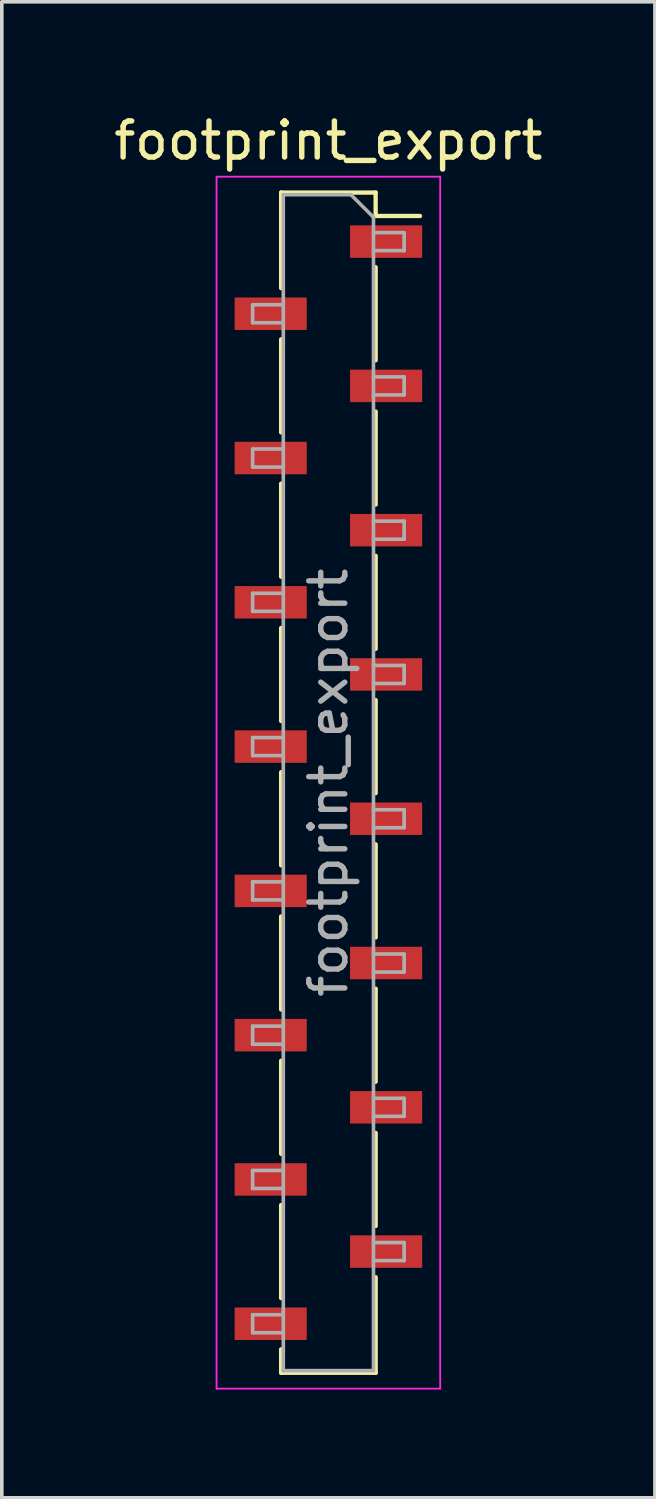
<source format=kicad_pcb>
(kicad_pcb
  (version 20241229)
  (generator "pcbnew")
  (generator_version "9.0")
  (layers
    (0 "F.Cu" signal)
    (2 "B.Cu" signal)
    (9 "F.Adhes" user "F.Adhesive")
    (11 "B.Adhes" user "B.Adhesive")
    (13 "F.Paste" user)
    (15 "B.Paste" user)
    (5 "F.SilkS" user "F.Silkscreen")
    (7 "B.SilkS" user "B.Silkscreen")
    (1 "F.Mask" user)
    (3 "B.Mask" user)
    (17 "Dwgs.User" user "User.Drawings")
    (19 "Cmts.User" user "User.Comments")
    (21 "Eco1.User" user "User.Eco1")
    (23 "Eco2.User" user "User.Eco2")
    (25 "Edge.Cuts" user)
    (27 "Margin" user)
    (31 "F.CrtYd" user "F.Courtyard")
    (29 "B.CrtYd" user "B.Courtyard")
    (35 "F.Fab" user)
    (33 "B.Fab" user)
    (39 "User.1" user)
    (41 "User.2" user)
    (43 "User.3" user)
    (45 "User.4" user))
  (footprint "footprint_export"
    (layer "F.Cu")
    (at 6.054 18.648)
    (property "Reference" "footprint_export" (at 0 -17.8 0) (layer "F.SilkS") (effects (font (size 1 1) (thickness 0.15))))
    (attr smd)
    (fp_line (start -1.31 -16.36) (end -1.31 -13.71) (stroke (width 0.12) (type solid)) (layer "F.SilkS"))
    (fp_line (start -1.31 -16.36) (end 1.31 -16.36) (stroke (width 0.12) (type solid)) (layer "F.SilkS"))
    (fp_line (start -1.31 -12.29) (end -1.31 -9.71) (stroke (width 0.12) (type solid)) (layer "F.SilkS"))
    (fp_line (start -1.31 -8.29) (end -1.31 -5.71) (stroke (width 0.12) (type solid)) (layer "F.SilkS"))
    (fp_line (start -1.31 -4.29) (end -1.31 -1.71) (stroke (width 0.12) (type solid)) (layer "F.SilkS"))
    (fp_line (start -1.31 -0.29) (end -1.31 2.29) (stroke (width 0.12) (type solid)) (layer "F.SilkS"))
    (fp_line (start -1.31 3.71) (end -1.31 6.29) (stroke (width 0.12) (type solid)) (layer "F.SilkS"))
    (fp_line (start -1.31 7.71) (end -1.31 10.29) (stroke (width 0.12) (type solid)) (layer "F.SilkS"))
    (fp_line (start -1.31 11.71) (end -1.31 14.29) (stroke (width 0.12) (type solid)) (layer "F.SilkS"))
    (fp_line (start -1.31 15.71) (end -1.31 16.36) (stroke (width 0.12) (type solid)) (layer "F.SilkS"))
    (fp_line (start -1.31 16.36) (end 1.31 16.36) (stroke (width 0.12) (type solid)) (layer "F.SilkS"))
    (fp_line (start 1.31 -16.36) (end 1.31 -15.71) (stroke (width 0.12) (type solid)) (layer "F.SilkS"))
    (fp_line (start 1.31 -15.71) (end 2.54 -15.71) (stroke (width 0.12) (type solid)) (layer "F.SilkS"))
    (fp_line (start 1.31 -14.29) (end 1.31 -11.71) (stroke (width 0.12) (type solid)) (layer "F.SilkS"))
    (fp_line (start 1.31 -10.29) (end 1.31 -7.71) (stroke (width 0.12) (type solid)) (layer "F.SilkS"))
    (fp_line (start 1.31 -6.29) (end 1.31 -3.71) (stroke (width 0.12) (type solid)) (layer "F.SilkS"))
    (fp_line (start 1.31 -2.29) (end 1.31 0.29) (stroke (width 0.12) (type solid)) (layer "F.SilkS"))
    (fp_line (start 1.31 1.71) (end 1.31 4.29) (stroke (width 0.12) (type solid)) (layer "F.SilkS"))
    (fp_line (start 1.31 5.71) (end 1.31 8.29) (stroke (width 0.12) (type solid)) (layer "F.SilkS"))
    (fp_line (start 1.31 9.71) (end 1.31 12.29) (stroke (width 0.12) (type solid)) (layer "F.SilkS"))
    (fp_line (start 1.31 13.71) (end 1.31 16.36) (stroke (width 0.12) (type solid)) (layer "F.SilkS"))
    (fp_line (start -3.1 -16.8) (end 3.1 -16.8) (stroke (width 0.05) (type solid)) (layer "F.CrtYd"))
    (fp_line (start -3.1 16.8) (end -3.1 -16.8) (stroke (width 0.05) (type solid)) (layer "F.CrtYd"))
    (fp_line (start 3.1 -16.8) (end 3.1 16.8) (stroke (width 0.05) (type solid)) (layer "F.CrtYd"))
    (fp_line (start 3.1 16.8) (end -3.1 16.8) (stroke (width 0.05) (type solid)) (layer "F.CrtYd"))
    (fp_line (start -2.1 -13.25) (end -1.25 -13.25) (stroke (width 0.1) (type solid)) (layer "F.Fab"))
    (fp_line (start -2.1 -12.75) (end -2.1 -13.25) (stroke (width 0.1) (type solid)) (layer "F.Fab"))
    (fp_line (start -2.1 -9.25) (end -1.25 -9.25) (stroke (width 0.1) (type solid)) (layer "F.Fab"))
    (fp_line (start -2.1 -8.75) (end -2.1 -9.25) (stroke (width 0.1) (type solid)) (layer "F.Fab"))
    (fp_line (start -2.1 -5.25) (end -1.25 -5.25) (stroke (width 0.1) (type solid)) (layer "F.Fab"))
    (fp_line (start -2.1 -4.75) (end -2.1 -5.25) (stroke (width 0.1) (type solid)) (layer "F.Fab"))
    (fp_line (start -2.1 -1.25) (end -1.25 -1.25) (stroke (width 0.1) (type solid)) (layer "F.Fab"))
    (fp_line (start -2.1 -0.75) (end -2.1 -1.25) (stroke (width 0.1) (type solid)) (layer "F.Fab"))
    (fp_line (start -2.1 2.75) (end -1.25 2.75) (stroke (width 0.1) (type solid)) (layer "F.Fab"))
    (fp_line (start -2.1 3.25) (end -2.1 2.75) (stroke (width 0.1) (type solid)) (layer "F.Fab"))
    (fp_line (start -2.1 6.75) (end -1.25 6.75) (stroke (width 0.1) (type solid)) (layer "F.Fab"))
    (fp_line (start -2.1 7.25) (end -2.1 6.75) (stroke (width 0.1) (type solid)) (layer "F.Fab"))
    (fp_line (start -2.1 10.75) (end -1.25 10.75) (stroke (width 0.1) (type solid)) (layer "F.Fab"))
    (fp_line (start -2.1 11.25) (end -2.1 10.75) (stroke (width 0.1) (type solid)) (layer "F.Fab"))
    (fp_line (start -2.1 14.75) (end -1.25 14.75) (stroke (width 0.1) (type solid)) (layer "F.Fab"))
    (fp_line (start -2.1 15.25) (end -2.1 14.75) (stroke (width 0.1) (type solid)) (layer "F.Fab"))
    (fp_line (start -1.25 -16.3) (end 0.625 -16.3) (stroke (width 0.1) (type solid)) (layer "F.Fab"))
    (fp_line (start -1.25 -12.75) (end -2.1 -12.75) (stroke (width 0.1) (type solid)) (layer "F.Fab"))
    (fp_line (start -1.25 -8.75) (end -2.1 -8.75) (stroke (width 0.1) (type solid)) (layer "F.Fab"))
    (fp_line (start -1.25 -4.75) (end -2.1 -4.75) (stroke (width 0.1) (type solid)) (layer "F.Fab"))
    (fp_line (start -1.25 -0.75) (end -2.1 -0.75) (stroke (width 0.1) (type solid)) (layer "F.Fab"))
    (fp_line (start -1.25 3.25) (end -2.1 3.25) (stroke (width 0.1) (type solid)) (layer "F.Fab"))
    (fp_line (start -1.25 7.25) (end -2.1 7.25) (stroke (width 0.1) (type solid)) (layer "F.Fab"))
    (fp_line (start -1.25 11.25) (end -2.1 11.25) (stroke (width 0.1) (type solid)) (layer "F.Fab"))
    (fp_line (start -1.25 15.25) (end -2.1 15.25) (stroke (width 0.1) (type solid)) (layer "F.Fab"))
    (fp_line (start -1.25 16.3) (end -1.25 -16.3) (stroke (width 0.1) (type solid)) (layer "F.Fab"))
    (fp_line (start 0.625 -16.3) (end 1.25 -15.675) (stroke (width 0.1) (type solid)) (layer "F.Fab"))
    (fp_line (start 1.25 -15.675) (end 1.25 16.3) (stroke (width 0.1) (type solid)) (layer "F.Fab"))
    (fp_line (start 1.25 -15.25) (end 2.1 -15.25) (stroke (width 0.1) (type solid)) (layer "F.Fab"))
    (fp_line (start 1.25 -11.25) (end 2.1 -11.25) (stroke (width 0.1) (type solid)) (layer "F.Fab"))
    (fp_line (start 1.25 -7.25) (end 2.1 -7.25) (stroke (width 0.1) (type solid)) (layer "F.Fab"))
    (fp_line (start 1.25 -3.25) (end 2.1 -3.25) (stroke (width 0.1) (type solid)) (layer "F.Fab"))
    (fp_line (start 1.25 0.75) (end 2.1 0.75) (stroke (width 0.1) (type solid)) (layer "F.Fab"))
    (fp_line (start 1.25 4.75) (end 2.1 4.75) (stroke (width 0.1) (type solid)) (layer "F.Fab"))
    (fp_line (start 1.25 8.75) (end 2.1 8.75) (stroke (width 0.1) (type solid)) (layer "F.Fab"))
    (fp_line (start 1.25 12.75) (end 2.1 12.75) (stroke (width 0.1) (type solid)) (layer "F.Fab"))
    (fp_line (start 1.25 16.3) (end -1.25 16.3) (stroke (width 0.1) (type solid)) (layer "F.Fab"))
    (fp_line (start 2.1 -15.25) (end 2.1 -14.75) (stroke (width 0.1) (type solid)) (layer "F.Fab"))
    (fp_line (start 2.1 -14.75) (end 1.25 -14.75) (stroke (width 0.1) (type solid)) (layer "F.Fab"))
    (fp_line (start 2.1 -11.25) (end 2.1 -10.75) (stroke (width 0.1) (type solid)) (layer "F.Fab"))
    (fp_line (start 2.1 -10.75) (end 1.25 -10.75) (stroke (width 0.1) (type solid)) (layer "F.Fab"))
    (fp_line (start 2.1 -7.25) (end 2.1 -6.75) (stroke (width 0.1) (type solid)) (layer "F.Fab"))
    (fp_line (start 2.1 -6.75) (end 1.25 -6.75) (stroke (width 0.1) (type solid)) (layer "F.Fab"))
    (fp_line (start 2.1 -3.25) (end 2.1 -2.75) (stroke (width 0.1) (type solid)) (layer "F.Fab"))
    (fp_line (start 2.1 -2.75) (end 1.25 -2.75) (stroke (width 0.1) (type solid)) (layer "F.Fab"))
    (fp_line (start 2.1 0.75) (end 2.1 1.25) (stroke (width 0.1) (type solid)) (layer "F.Fab"))
    (fp_line (start 2.1 1.25) (end 1.25 1.25) (stroke (width 0.1) (type solid)) (layer "F.Fab"))
    (fp_line (start 2.1 4.75) (end 2.1 5.25) (stroke (width 0.1) (type solid)) (layer "F.Fab"))
    (fp_line (start 2.1 5.25) (end 1.25 5.25) (stroke (width 0.1) (type solid)) (layer "F.Fab"))
    (fp_line (start 2.1 8.75) (end 2.1 9.25) (stroke (width 0.1) (type solid)) (layer "F.Fab"))
    (fp_line (start 2.1 9.25) (end 1.25 9.25) (stroke (width 0.1) (type solid)) (layer "F.Fab"))
    (fp_line (start 2.1 12.75) (end 2.1 13.25) (stroke (width 0.1) (type solid)) (layer "F.Fab"))
    (fp_line (start 2.1 13.25) (end 1.25 13.25) (stroke (width 0.1) (type solid)) (layer "F.Fab"))
    (fp_text user "${REFERENCE}" (at 0 0 90) (layer "F.Fab") (effects (font (size 1 1) (thickness 0.15))))
    (pad "1" smd rect (at 1.6 -15) (size 2 0.9) (layers "F.Cu" "F.Mask" "F.Paste"))
    (pad "2" smd rect (at -1.6 -13) (size 2 0.9) (layers "F.Cu" "F.Mask" "F.Paste"))
    (pad "3" smd rect (at 1.6 -11) (size 2 0.9) (layers "F.Cu" "F.Mask" "F.Paste"))
    (pad "4" smd rect (at -1.6 -9) (size 2 0.9) (layers "F.Cu" "F.Mask" "F.Paste"))
    (pad "5" smd rect (at 1.6 -7) (size 2 0.9) (layers "F.Cu" "F.Mask" "F.Paste"))
    (pad "6" smd rect (at -1.6 -5) (size 2 0.9) (layers "F.Cu" "F.Mask" "F.Paste"))
    (pad "7" smd rect (at 1.6 -3) (size 2 0.9) (layers "F.Cu" "F.Mask" "F.Paste"))
    (pad "8" smd rect (at -1.6 -1) (size 2 0.9) (layers "F.Cu" "F.Mask" "F.Paste"))
    (pad "9" smd rect (at 1.6 1) (size 2 0.9) (layers "F.Cu" "F.Mask" "F.Paste"))
    (pad "10" smd rect (at -1.6 3) (size 2 0.9) (layers "F.Cu" "F.Mask" "F.Paste"))
    (pad "11" smd rect (at 1.6 5) (size 2 0.9) (layers "F.Cu" "F.Mask" "F.Paste"))
    (pad "12" smd rect (at -1.6 7) (size 2 0.9) (layers "F.Cu" "F.Mask" "F.Paste"))
    (pad "13" smd rect (at 1.6 9) (size 2 0.9) (layers "F.Cu" "F.Mask" "F.Paste"))
    (pad "14" smd rect (at -1.6 11) (size 2 0.9) (layers "F.Cu" "F.Mask" "F.Paste"))
    (pad "15" smd rect (at 1.6 13) (size 2 0.9) (layers "F.Cu" "F.Mask" "F.Paste"))
    (pad "16" smd rect (at -1.6 15) (size 2 0.9) (layers "F.Cu" "F.Mask" "F.Paste")))
  (gr_rect
    (start -3 -3)
    (end 15.107 38.473)
    (stroke (width 0.1) (type default))
    (fill no)
    (layer "Edge.Cuts")))
</source>
